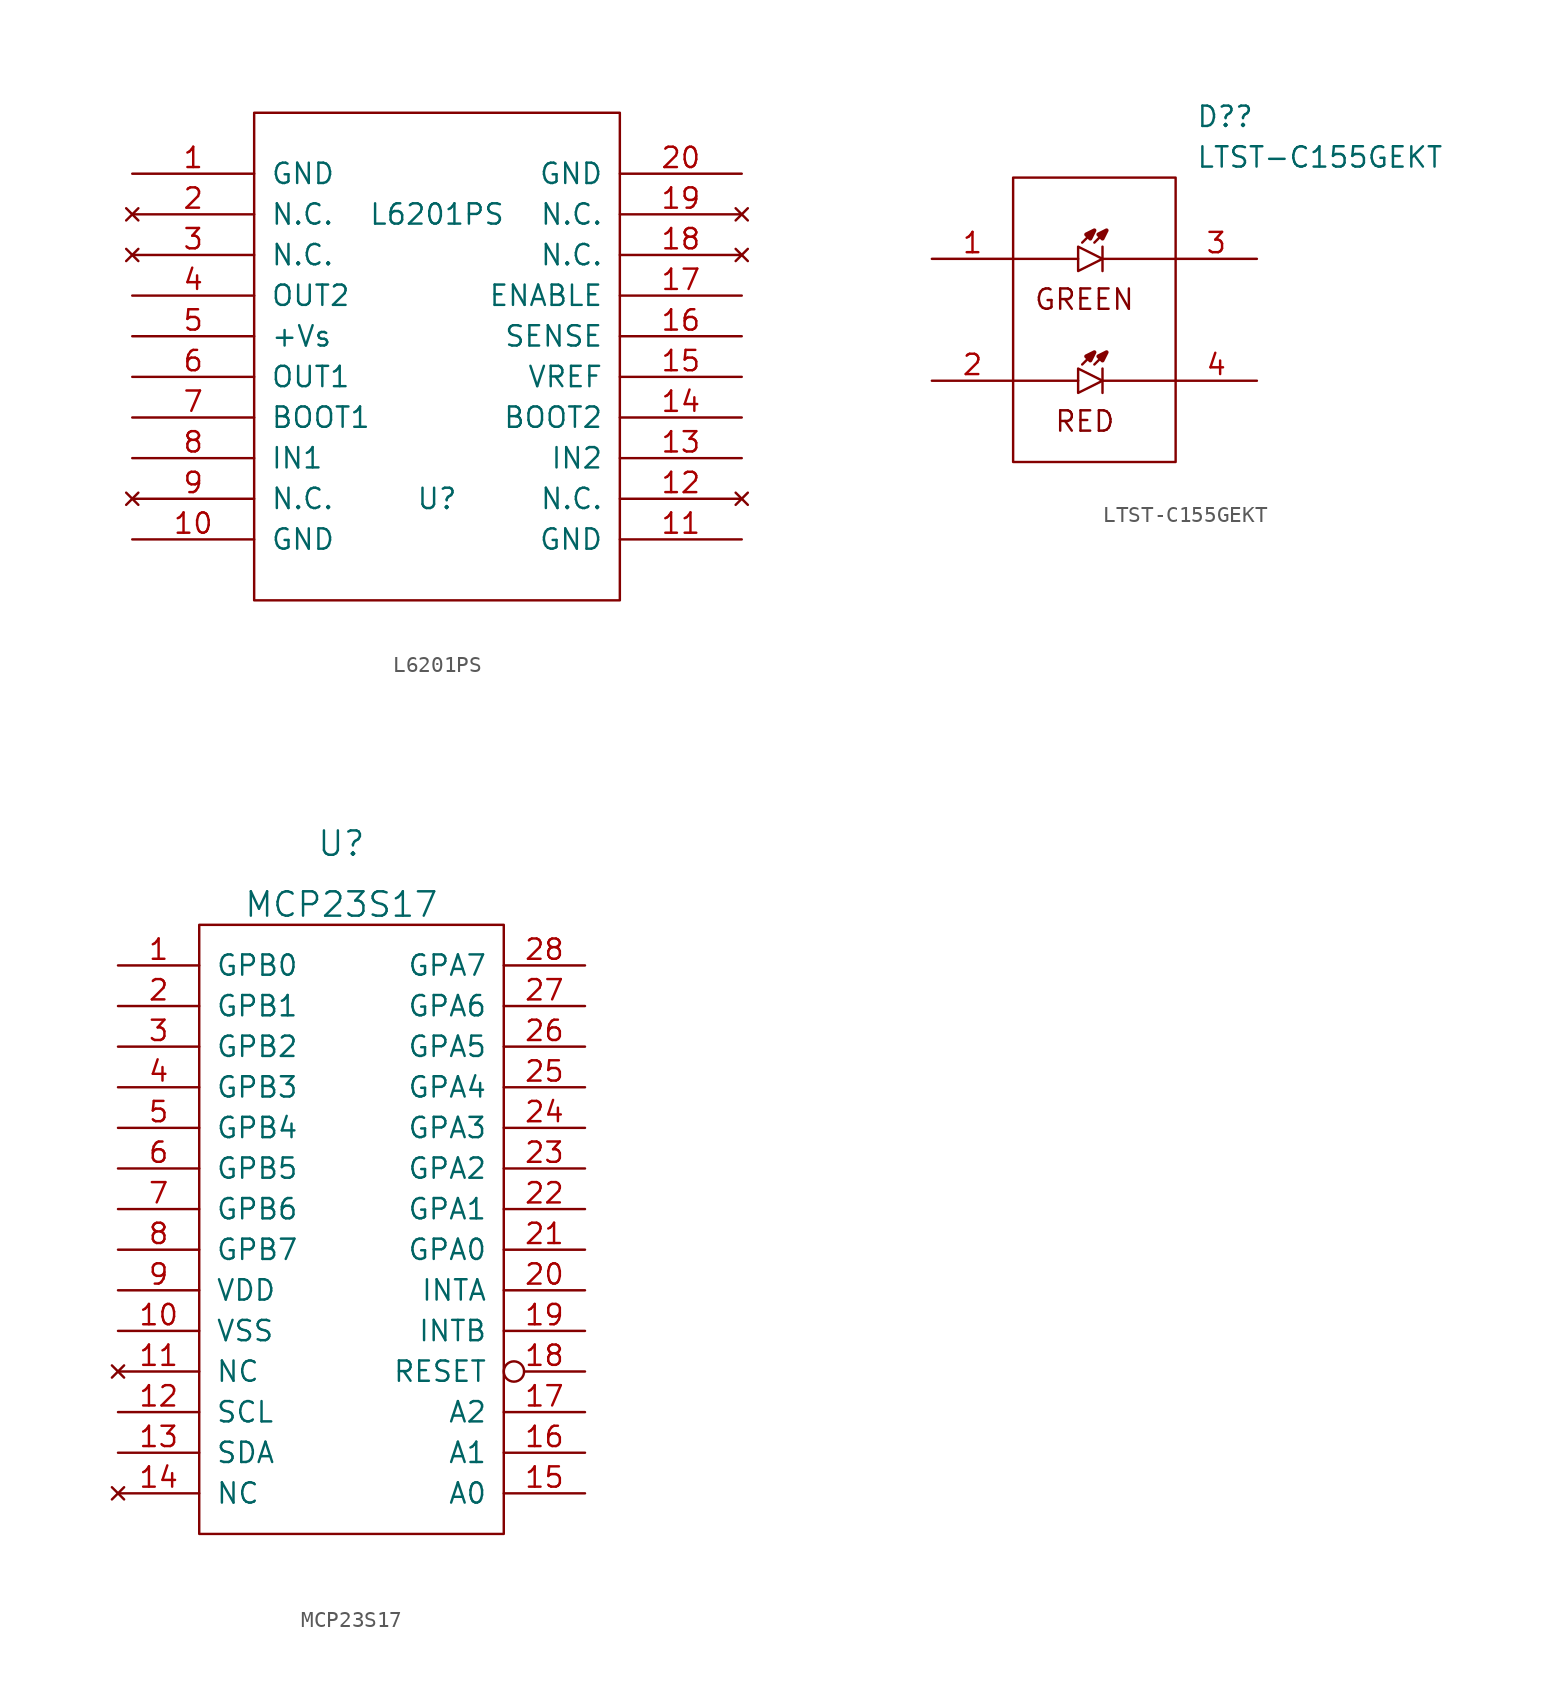
<source format=kicad_sym>
(kicad_symbol_lib
  (version 20220914)
  (generator kicad_symbol_editor)
  (symbol "L6201PS"
    (pin_names
      (offset 1.016))
    (property "Reference" "U"
      (at 0 -7.62 0)
      (effects (font (size 1.27 1.27))))
    (property "Value" "L6201PS"
      (at 0 10.16 0)
      (effects (font (size 1.27 1.27))))
    (symbol "L6201PS_0_0"
      (rectangle (start -11.43 -13.97) (end 11.43 16.51) (stroke (width 0) (type default)) (fill (type none))))
    (symbol "L6201PS_1_1"
      (pin power_in line (at -19.05 12.7 0) (length 7.62) (name "GND" (effects (font (size 1.27 1.27)))) (number "1" (effects (font (size 1.27 1.27)))))
      (pin power_in line (at -19.05 -10.16 0) (length 7.62) (name "GND" (effects (font (size 1.27 1.27)))) (number "10" (effects (font (size 1.27 1.27)))))
      (pin power_in line (at 19.05 -10.16 180) (length 7.62) (name "GND" (effects (font (size 1.27 1.27)))) (number "11" (effects (font (size 1.27 1.27)))))
      (pin no_connect line (at 19.05 -7.62 180) (length 7.62) (name "N.C." (effects (font (size 1.27 1.27)))) (number "12" (effects (font (size 1.27 1.27)))))
      (pin input line (at 19.05 -5.08 180) (length 7.62) (name "IN2" (effects (font (size 1.27 1.27)))) (number "13" (effects (font (size 1.27 1.27)))))
      (pin bidirectional line (at 19.05 -2.54 180) (length 7.62) (name "BOOT2" (effects (font (size 1.27 1.27)))) (number "14" (effects (font (size 1.27 1.27)))))
      (pin input line (at 19.05 0 180) (length 7.62) (name "VREF" (effects (font (size 1.27 1.27)))) (number "15" (effects (font (size 1.27 1.27)))))
      (pin input line (at 19.05 2.54 180) (length 7.62) (name "SENSE" (effects (font (size 1.27 1.27)))) (number "16" (effects (font (size 1.27 1.27)))))
      (pin input line (at 19.05 5.08 180) (length 7.62) (name "ENABLE" (effects (font (size 1.27 1.27)))) (number "17" (effects (font (size 1.27 1.27)))))
      (pin no_connect line (at 19.05 7.62 180) (length 7.62) (name "N.C." (effects (font (size 1.27 1.27)))) (number "18" (effects (font (size 1.27 1.27)))))
      (pin no_connect line (at 19.05 10.16 180) (length 7.62) (name "N.C." (effects (font (size 1.27 1.27)))) (number "19" (effects (font (size 1.27 1.27)))))
      (pin no_connect line (at -19.05 10.16 0) (length 7.62) (name "N.C." (effects (font (size 1.27 1.27)))) (number "2" (effects (font (size 1.27 1.27)))))
      (pin power_in line (at 19.05 12.7 180) (length 7.62) (name "GND" (effects (font (size 1.27 1.27)))) (number "20" (effects (font (size 1.27 1.27)))))
      (pin no_connect line (at -19.05 7.62 0) (length 7.62) (name "N.C." (effects (font (size 1.27 1.27)))) (number "3" (effects (font (size 1.27 1.27)))))
      (pin output line (at -19.05 5.08 0) (length 7.62) (name "OUT2" (effects (font (size 1.27 1.27)))) (number "4" (effects (font (size 1.27 1.27)))))
      (pin power_in line (at -19.05 2.54 0) (length 7.62) (name "+Vs" (effects (font (size 1.27 1.27)))) (number "5" (effects (font (size 1.27 1.27)))))
      (pin output line (at -19.05 0 0) (length 7.62) (name "OUT1" (effects (font (size 1.27 1.27)))) (number "6" (effects (font (size 1.27 1.27)))))
      (pin bidirectional line (at -19.05 -2.54 0) (length 7.62) (name "BOOT1" (effects (font (size 1.27 1.27)))) (number "7" (effects (font (size 1.27 1.27)))))
      (pin input line (at -19.05 -5.08 0) (length 7.62) (name "IN1" (effects (font (size 1.27 1.27)))) (number "8" (effects (font (size 1.27 1.27)))))
      (pin no_connect line (at -19.05 -7.62 0) (length 7.62) (name "N.C." (effects (font (size 1.27 1.27)))) (number "9" (effects (font (size 1.27 1.27)))))))
  (symbol "LTST-C155GEKT"
    (pin_names
      (offset 0.762))
    (property "Reference" "D?"
      (at 16.51 8.89 0)
      (effects (font (size 1.27 1.27)) (justify left)))
    (property "Value" "LTST-C155GEKT"
      (at 16.51 6.35 0)
      (effects (font (size 1.27 1.27)) (justify left)))
    (symbol "LTST-C155GEKT_0_0"
      (pin passive line (at 0 0 0) (length 5.08) (name "~" (effects (font (size 1.27 1.27)))) (number "1" (effects (font (size 1.27 1.27)))))
      (pin passive line (at 0 -7.62 0) (length 5.08) (name "~" (effects (font (size 1.27 1.27)))) (number "2" (effects (font (size 1.27 1.27)))))
      (pin passive line (at 20.32 0 180) (length 5.08) (name "~" (effects (font (size 1.27 1.27)))) (number "3" (effects (font (size 1.27 1.27)))))
      (pin passive line (at 20.32 -7.62 180) (length 5.08) (name "~" (effects (font (size 1.27 1.27)))) (number "4" (effects (font (size 1.27 1.27))))))
    (symbol "LTST-C155GEKT_0_1"
      (polyline (pts (xy 5.08 -7.62) (xy 9.144 -7.62)) (stroke (width 0.152) (type default)) (fill (type none)))
      (polyline (pts (xy 5.08 0) (xy 9.144 0)) (stroke (width 0.152) (type default)) (fill (type none)))
      (polyline (pts (xy 10.16 -5.842) (xy 9.398 -6.604)) (stroke (width 0.152) (type default)) (fill (type none)))
      (polyline (pts (xy 10.16 1.778) (xy 9.398 1.016)) (stroke (width 0.152) (type default)) (fill (type none)))
      (polyline (pts (xy 10.668 -6.858) (xy 10.668 -8.382)) (stroke (width 0.152) (type default)) (fill (type none)))
      (polyline (pts (xy 10.668 0.762) (xy 10.668 -0.762)) (stroke (width 0.152) (type default)) (fill (type none)))
      (polyline (pts (xy 10.922 -5.842) (xy 10.16 -6.604)) (stroke (width 0.152) (type default)) (fill (type none)))
      (polyline (pts (xy 10.922 1.778) (xy 10.16 1.016)) (stroke (width 0.152) (type default)) (fill (type none)))
      (polyline (pts (xy 15.24 -7.62) (xy 10.668 -7.62)) (stroke (width 0.152) (type default)) (fill (type none)))
      (polyline (pts (xy 15.24 0) (xy 10.668 0)) (stroke (width 0.152) (type default)) (fill (type none)))
      (polyline (pts (xy 9.144 -6.858) (xy 9.144 -8.382) (xy 10.668 -7.62) (xy 9.144 -6.858)) (stroke (width 0.152) (type default)) (fill (type none)))
      (polyline (pts (xy 9.144 0.762) (xy 9.144 -0.762) (xy 10.668 0) (xy 9.144 0.762)) (stroke (width 0.152) (type default)) (fill (type none)))
      (polyline (pts (xy 9.652 -6.096) (xy 9.906 -6.35) (xy 10.16 -5.842) (xy 9.652 -6.096)) (stroke (width 0.254) (type default)) (fill (type outline)))
      (polyline (pts (xy 9.652 1.524) (xy 9.906 1.27) (xy 10.16 1.778) (xy 9.652 1.524)) (stroke (width 0.254) (type default)) (fill (type outline)))
      (polyline (pts (xy 10.414 -6.096) (xy 10.668 -6.35) (xy 10.922 -5.842) (xy 10.414 -6.096)) (stroke (width 0.254) (type default)) (fill (type outline)))
      (polyline (pts (xy 10.414 1.524) (xy 10.668 1.27) (xy 10.922 1.778) (xy 10.414 1.524)) (stroke (width 0.254) (type default)) (fill (type outline)))
      (polyline (pts (xy 5.08 5.08) (xy 5.08 -12.7) (xy 15.24 -12.7) (xy 15.24 5.08) (xy 5.08 5.08)) (stroke (width 0.152) (type default)) (fill (type none)))
      (text "GREEN" (at 6.35 -2.54 0) (effects (font (size 1.27 1.27)) (justify left)))
      (text "RED" (at 7.62 -10.16 0) (effects (font (size 1.27 1.27)) (justify left)))))
  (symbol "MCP23S17"
    (pin_names
      (offset 1.016))
    (property "Reference" "U"
      (at 0 0 0)
      (effects (font (size 1.524 1.524))))
    (property "Value" "MCP23S17"
      (at 0 -3.81 0)
      (effects (font (size 1.524 1.524))))
    (symbol "MCP23S17_0_1"
      (rectangle (start -8.89 -5.08) (end 10.16 -43.18) (stroke (width 0) (type default)) (fill (type none))))
    (symbol "MCP23S17_1_1"
      (pin bidirectional line (at -13.97 -7.62 0) (length 5.08) (name "GPB0" (effects (font (size 1.27 1.27)))) (number "1" (effects (font (size 1.27 1.27)))))
      (pin power_in line (at -13.97 -30.48 0) (length 5.08) (name "VSS" (effects (font (size 1.27 1.27)))) (number "10" (effects (font (size 1.27 1.27)))))
      (pin no_connect line (at -13.97 -33.02 0) (length 5.08) (name "NC" (effects (font (size 1.27 1.27)))) (number "11" (effects (font (size 1.27 1.27)))))
      (pin input line (at -13.97 -35.56 0) (length 5.08) (name "SCL" (effects (font (size 1.27 1.27)))) (number "12" (effects (font (size 1.27 1.27)))))
      (pin open_collector line (at -13.97 -38.1 0) (length 5.08) (name "SDA" (effects (font (size 1.27 1.27)))) (number "13" (effects (font (size 1.27 1.27)))))
      (pin no_connect line (at -13.97 -40.64 0) (length 5.08) (name "NC" (effects (font (size 1.27 1.27)))) (number "14" (effects (font (size 1.27 1.27)))))
      (pin input line (at 15.24 -40.64 180) (length 5.08) (name "A0" (effects (font (size 1.27 1.27)))) (number "15" (effects (font (size 1.27 1.27)))))
      (pin input line (at 15.24 -38.1 180) (length 5.08) (name "A1" (effects (font (size 1.27 1.27)))) (number "16" (effects (font (size 1.27 1.27)))))
      (pin input line (at 15.24 -35.56 180) (length 5.08) (name "A2" (effects (font (size 1.27 1.27)))) (number "17" (effects (font (size 1.27 1.27)))))
      (pin input inverted (at 15.24 -33.02 180) (length 5.08) (name "RESET" (effects (font (size 1.27 1.27)))) (number "18" (effects (font (size 1.27 1.27)))))
      (pin open_collector line (at 15.24 -30.48 180) (length 5.08) (name "INTB" (effects (font (size 1.27 1.27)))) (number "19" (effects (font (size 1.27 1.27)))))
      (pin bidirectional line (at -13.97 -10.16 0) (length 5.08) (name "GPB1" (effects (font (size 1.27 1.27)))) (number "2" (effects (font (size 1.27 1.27)))))
      (pin open_collector line (at 15.24 -27.94 180) (length 5.08) (name "INTA" (effects (font (size 1.27 1.27)))) (number "20" (effects (font (size 1.27 1.27)))))
      (pin bidirectional line (at 15.24 -25.4 180) (length 5.08) (name "GPA0" (effects (font (size 1.27 1.27)))) (number "21" (effects (font (size 1.27 1.27)))))
      (pin bidirectional line (at 15.24 -22.86 180) (length 5.08) (name "GPA1" (effects (font (size 1.27 1.27)))) (number "22" (effects (font (size 1.27 1.27)))))
      (pin bidirectional line (at 15.24 -20.32 180) (length 5.08) (name "GPA2" (effects (font (size 1.27 1.27)))) (number "23" (effects (font (size 1.27 1.27)))))
      (pin bidirectional line (at 15.24 -17.78 180) (length 5.08) (name "GPA3" (effects (font (size 1.27 1.27)))) (number "24" (effects (font (size 1.27 1.27)))))
      (pin bidirectional line (at 15.24 -15.24 180) (length 5.08) (name "GPA4" (effects (font (size 1.27 1.27)))) (number "25" (effects (font (size 1.27 1.27)))))
      (pin bidirectional line (at 15.24 -12.7 180) (length 5.08) (name "GPA5" (effects (font (size 1.27 1.27)))) (number "26" (effects (font (size 1.27 1.27)))))
      (pin bidirectional line (at 15.24 -10.16 180) (length 5.08) (name "GPA6" (effects (font (size 1.27 1.27)))) (number "27" (effects (font (size 1.27 1.27)))))
      (pin bidirectional line (at 15.24 -7.62 180) (length 5.08) (name "GPA7" (effects (font (size 1.27 1.27)))) (number "28" (effects (font (size 1.27 1.27)))))
      (pin bidirectional line (at -13.97 -12.7 0) (length 5.08) (name "GPB2" (effects (font (size 1.27 1.27)))) (number "3" (effects (font (size 1.27 1.27)))))
      (pin bidirectional line (at -13.97 -15.24 0) (length 5.08) (name "GPB3" (effects (font (size 1.27 1.27)))) (number "4" (effects (font (size 1.27 1.27)))))
      (pin bidirectional line (at -13.97 -17.78 0) (length 5.08) (name "GPB4" (effects (font (size 1.27 1.27)))) (number "5" (effects (font (size 1.27 1.27)))))
      (pin bidirectional line (at -13.97 -20.32 0) (length 5.08) (name "GPB5" (effects (font (size 1.27 1.27)))) (number "6" (effects (font (size 1.27 1.27)))))
      (pin bidirectional line (at -13.97 -22.86 0) (length 5.08) (name "GPB6" (effects (font (size 1.27 1.27)))) (number "7" (effects (font (size 1.27 1.27)))))
      (pin bidirectional line (at -13.97 -25.4 0) (length 5.08) (name "GPB7" (effects (font (size 1.27 1.27)))) (number "8" (effects (font (size 1.27 1.27)))))
      (pin power_in line (at -13.97 -27.94 0) (length 5.08) (name "VDD" (effects (font (size 1.27 1.27)))) (number "9" (effects (font (size 1.27 1.27))))))))
</source>
